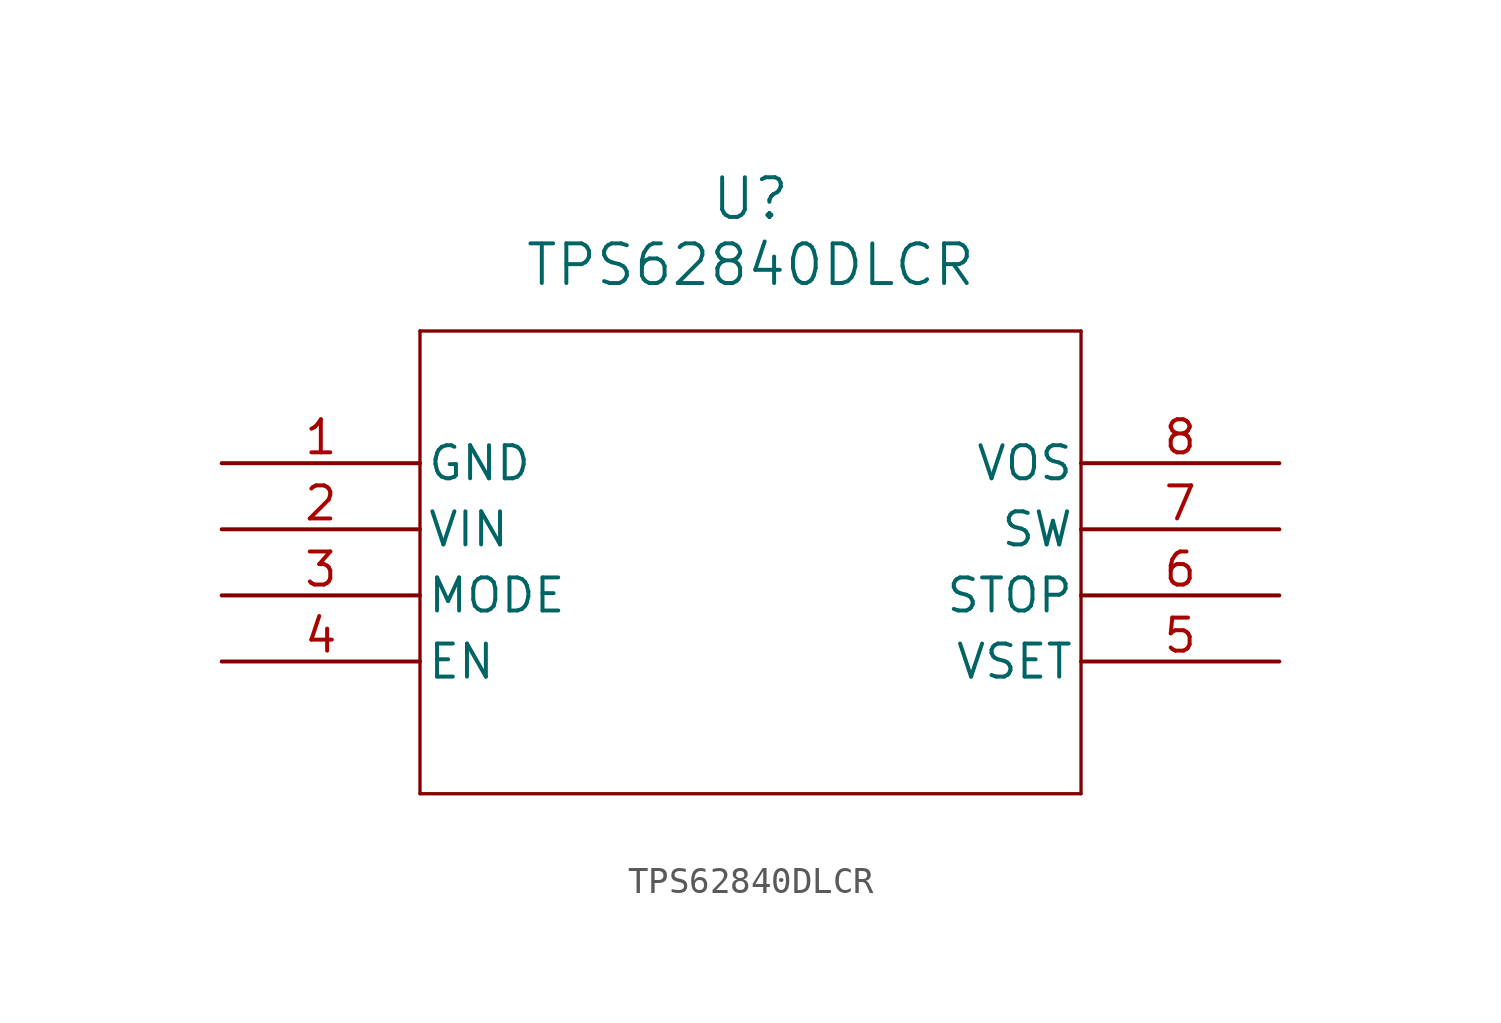
<source format=kicad_sym>
(kicad_symbol_lib
  (version 20211014)
  (generator kicad_symbol_editor)
  (symbol "TPS62840DLCR"
    (pin_names
      (offset 0.254))
    (property "Reference" "U"
      (at 20.32 10.16 0)
      (effects (font (size 1.524 1.524))))
    (property "Value" "TPS62840DLCR"
      (at 20.32 7.62 0)
      (effects (font (size 1.524 1.524))))
    (symbol "TPS62840DLCR_0_1"
      (polyline (pts (xy 7.62 5.08) (xy 7.62 -12.7)) (stroke (width 0.127) (type default) (color 0 0 0 0)) (fill (type none)))
      (polyline (pts (xy 7.62 -12.7) (xy 33.02 -12.7)) (stroke (width 0.127) (type default) (color 0 0 0 0)) (fill (type none)))
      (polyline (pts (xy 33.02 -12.7) (xy 33.02 5.08)) (stroke (width 0.127) (type default) (color 0 0 0 0)) (fill (type none)))
      (polyline (pts (xy 33.02 5.08) (xy 7.62 5.08)) (stroke (width 0.127) (type default) (color 0 0 0 0)) (fill (type none)))
      (pin power_out line (at 0 0 0) (length 7.62) (name "GND" (effects (font (size 1.27 1.27)))) (number "1" (effects (font (size 1.27 1.27)))))
      (pin unspecified line (at 0 -2.54 0) (length 7.62) (name "VIN" (effects (font (size 1.27 1.27)))) (number "2" (effects (font (size 1.27 1.27)))))
      (pin unspecified line (at 0 -5.08 0) (length 7.62) (name "MODE" (effects (font (size 1.27 1.27)))) (number "3" (effects (font (size 1.27 1.27)))))
      (pin unspecified line (at 0 -7.62 0) (length 7.62) (name "EN" (effects (font (size 1.27 1.27)))) (number "4" (effects (font (size 1.27 1.27)))))
      (pin unspecified line (at 40.64 -7.62 180) (length 7.62) (name "VSET" (effects (font (size 1.27 1.27)))) (number "5" (effects (font (size 1.27 1.27)))))
      (pin unspecified line (at 40.64 -5.08 180) (length 7.62) (name "STOP" (effects (font (size 1.27 1.27)))) (number "6" (effects (font (size 1.27 1.27)))))
      (pin unspecified line (at 40.64 -2.54 180) (length 7.62) (name "SW" (effects (font (size 1.27 1.27)))) (number "7" (effects (font (size 1.27 1.27)))))
      (pin unspecified line (at 40.64 0 180) (length 7.62) (name "VOS" (effects (font (size 1.27 1.27)))) (number "8" (effects (font (size 1.27 1.27))))))))
</source>
